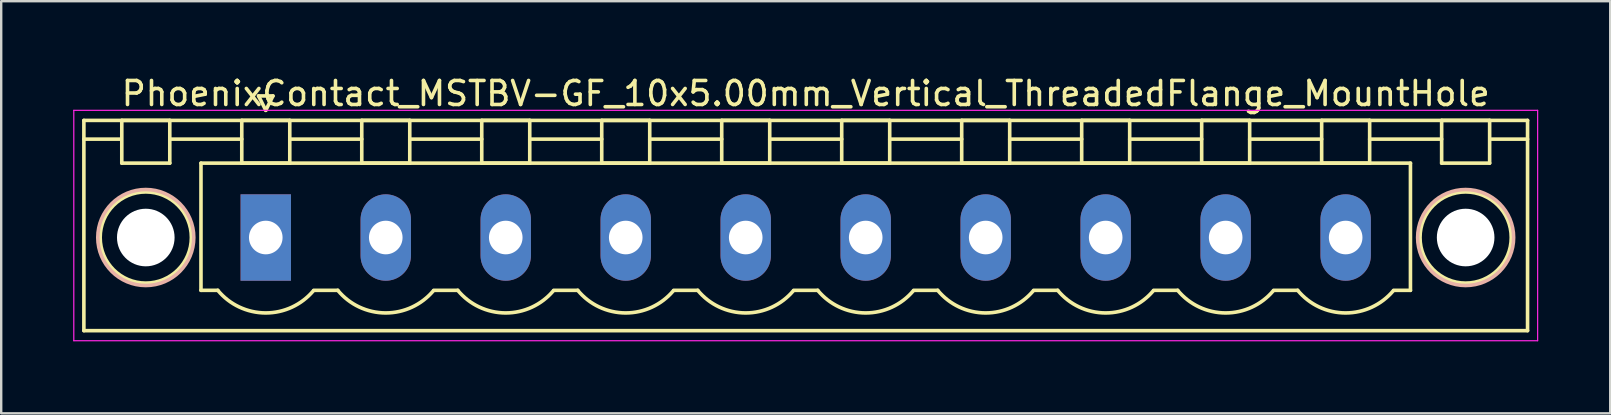
<source format=kicad_pcb>
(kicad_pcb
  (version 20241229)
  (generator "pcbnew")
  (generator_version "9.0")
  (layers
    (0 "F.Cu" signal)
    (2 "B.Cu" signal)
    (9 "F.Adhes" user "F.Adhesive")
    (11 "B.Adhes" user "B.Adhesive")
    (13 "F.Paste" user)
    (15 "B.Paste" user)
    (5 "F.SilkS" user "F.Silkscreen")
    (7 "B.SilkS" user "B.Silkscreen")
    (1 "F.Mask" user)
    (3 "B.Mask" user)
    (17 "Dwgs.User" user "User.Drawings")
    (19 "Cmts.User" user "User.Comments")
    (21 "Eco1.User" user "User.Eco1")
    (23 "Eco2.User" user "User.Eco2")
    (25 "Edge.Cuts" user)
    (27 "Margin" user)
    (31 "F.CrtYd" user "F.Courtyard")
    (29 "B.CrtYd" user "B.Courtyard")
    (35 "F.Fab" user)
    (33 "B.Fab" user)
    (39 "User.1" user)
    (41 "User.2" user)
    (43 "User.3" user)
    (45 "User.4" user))
  (footprint "PhoenixContact_MSTBV-GF_10x5.00mm_Vertical_ThreadedFlange_MountHole"
    (layer "F.Cu")
    (at 8.025 6.848)
    (property "Reference" "PhoenixContact_MSTBV-GF_10x5.00mm_Vertical_ThreadedFlange_MountHole" (at 22.5 -6 0) (layer "F.SilkS") (effects (font (size 1 1) (thickness 0.15))))
    (attr through_hole)
    (fp_line (start -7.58 -4.88) (end -7.58 3.88) (stroke (width 0.15) (type solid)) (layer "F.SilkS"))
    (fp_line (start -7.58 -4.1) (end -6.08 -4.1) (stroke (width 0.15) (type solid)) (layer "F.SilkS"))
    (fp_line (start -7.58 3.88) (end 52.58 3.88) (stroke (width 0.15) (type solid)) (layer "F.SilkS"))
    (fp_line (start -6 -4.88) (end -4 -4.88) (stroke (width 0.15) (type solid)) (layer "F.SilkS"))
    (fp_line (start -6 -3.1) (end -6 -4.88) (stroke (width 0.15) (type solid)) (layer "F.SilkS"))
    (fp_line (start -4 -4.88) (end -4 -3.1) (stroke (width 0.15) (type solid)) (layer "F.SilkS"))
    (fp_line (start -4 -4.1) (end -1 -4.1) (stroke (width 0.15) (type solid)) (layer "F.SilkS"))
    (fp_line (start -4 -3.1) (end -6 -3.1) (stroke (width 0.15) (type solid)) (layer "F.SilkS"))
    (fp_line (start -2.7 -3.1) (end 47.7 -3.1) (stroke (width 0.15) (type solid)) (layer "F.SilkS"))
    (fp_line (start -2.7 2.2) (end -2.7 -3.1) (stroke (width 0.15) (type solid)) (layer "F.SilkS"))
    (fp_line (start -2 2.2) (end -2.7 2.2) (stroke (width 0.15) (type solid)) (layer "F.SilkS"))
    (fp_line (start -1 -4.88) (end 1 -4.88) (stroke (width 0.15) (type solid)) (layer "F.SilkS"))
    (fp_line (start -1 -3.1) (end -1 -4.88) (stroke (width 0.15) (type solid)) (layer "F.SilkS"))
    (fp_line (start -0.3 -5.9) (end 0 -5.3) (stroke (width 0.15) (type solid)) (layer "F.SilkS"))
    (fp_line (start 0 -5.3) (end 0.3 -5.9) (stroke (width 0.15) (type solid)) (layer "F.SilkS"))
    (fp_line (start 0.3 -5.9) (end -0.3 -5.9) (stroke (width 0.15) (type solid)) (layer "F.SilkS"))
    (fp_line (start 1 -4.88) (end 1 -3.1) (stroke (width 0.15) (type solid)) (layer "F.SilkS"))
    (fp_line (start 1 -4.1) (end 4 -4.1) (stroke (width 0.15) (type solid)) (layer "F.SilkS"))
    (fp_line (start 1 -3.1) (end -1 -3.1) (stroke (width 0.15) (type solid)) (layer "F.SilkS"))
    (fp_line (start 2 2.2) (end 3 2.2) (stroke (width 0.15) (type solid)) (layer "F.SilkS"))
    (fp_line (start 4 -4.88) (end 6 -4.88) (stroke (width 0.15) (type solid)) (layer "F.SilkS"))
    (fp_line (start 4 -3.1) (end 4 -4.88) (stroke (width 0.15) (type solid)) (layer "F.SilkS"))
    (fp_line (start 6 -4.88) (end 6 -3.1) (stroke (width 0.15) (type solid)) (layer "F.SilkS"))
    (fp_line (start 6 -4.1) (end 9 -4.1) (stroke (width 0.15) (type solid)) (layer "F.SilkS"))
    (fp_line (start 6 -3.1) (end 4 -3.1) (stroke (width 0.15) (type solid)) (layer "F.SilkS"))
    (fp_line (start 7 2.2) (end 8 2.2) (stroke (width 0.15) (type solid)) (layer "F.SilkS"))
    (fp_line (start 9 -4.88) (end 11 -4.88) (stroke (width 0.15) (type solid)) (layer "F.SilkS"))
    (fp_line (start 9 -3.1) (end 9 -4.88) (stroke (width 0.15) (type solid)) (layer "F.SilkS"))
    (fp_line (start 11 -4.88) (end 11 -3.1) (stroke (width 0.15) (type solid)) (layer "F.SilkS"))
    (fp_line (start 11 -4.1) (end 14 -4.1) (stroke (width 0.15) (type solid)) (layer "F.SilkS"))
    (fp_line (start 11 -3.1) (end 9 -3.1) (stroke (width 0.15) (type solid)) (layer "F.SilkS"))
    (fp_line (start 12 2.2) (end 13 2.2) (stroke (width 0.15) (type solid)) (layer "F.SilkS"))
    (fp_line (start 14 -4.88) (end 16 -4.88) (stroke (width 0.15) (type solid)) (layer "F.SilkS"))
    (fp_line (start 14 -3.1) (end 14 -4.88) (stroke (width 0.15) (type solid)) (layer "F.SilkS"))
    (fp_line (start 16 -4.88) (end 16 -3.1) (stroke (width 0.15) (type solid)) (layer "F.SilkS"))
    (fp_line (start 16 -4.1) (end 19 -4.1) (stroke (width 0.15) (type solid)) (layer "F.SilkS"))
    (fp_line (start 16 -3.1) (end 14 -3.1) (stroke (width 0.15) (type solid)) (layer "F.SilkS"))
    (fp_line (start 17 2.2) (end 18 2.2) (stroke (width 0.15) (type solid)) (layer "F.SilkS"))
    (fp_line (start 19 -4.88) (end 21 -4.88) (stroke (width 0.15) (type solid)) (layer "F.SilkS"))
    (fp_line (start 19 -3.1) (end 19 -4.88) (stroke (width 0.15) (type solid)) (layer "F.SilkS"))
    (fp_line (start 21 -4.88) (end 21 -3.1) (stroke (width 0.15) (type solid)) (layer "F.SilkS"))
    (fp_line (start 21 -4.1) (end 24 -4.1) (stroke (width 0.15) (type solid)) (layer "F.SilkS"))
    (fp_line (start 21 -3.1) (end 19 -3.1) (stroke (width 0.15) (type solid)) (layer "F.SilkS"))
    (fp_line (start 22 2.2) (end 23 2.2) (stroke (width 0.15) (type solid)) (layer "F.SilkS"))
    (fp_line (start 24 -4.88) (end 26 -4.88) (stroke (width 0.15) (type solid)) (layer "F.SilkS"))
    (fp_line (start 24 -3.1) (end 24 -4.88) (stroke (width 0.15) (type solid)) (layer "F.SilkS"))
    (fp_line (start 26 -4.88) (end 26 -3.1) (stroke (width 0.15) (type solid)) (layer "F.SilkS"))
    (fp_line (start 26 -4.1) (end 29 -4.1) (stroke (width 0.15) (type solid)) (layer "F.SilkS"))
    (fp_line (start 26 -3.1) (end 24 -3.1) (stroke (width 0.15) (type solid)) (layer "F.SilkS"))
    (fp_line (start 27 2.2) (end 28 2.2) (stroke (width 0.15) (type solid)) (layer "F.SilkS"))
    (fp_line (start 29 -4.88) (end 31 -4.88) (stroke (width 0.15) (type solid)) (layer "F.SilkS"))
    (fp_line (start 29 -3.1) (end 29 -4.88) (stroke (width 0.15) (type solid)) (layer "F.SilkS"))
    (fp_line (start 31 -4.88) (end 31 -3.1) (stroke (width 0.15) (type solid)) (layer "F.SilkS"))
    (fp_line (start 31 -4.1) (end 34 -4.1) (stroke (width 0.15) (type solid)) (layer "F.SilkS"))
    (fp_line (start 31 -3.1) (end 29 -3.1) (stroke (width 0.15) (type solid)) (layer "F.SilkS"))
    (fp_line (start 32 2.2) (end 33 2.2) (stroke (width 0.15) (type solid)) (layer "F.SilkS"))
    (fp_line (start 34 -4.88) (end 36 -4.88) (stroke (width 0.15) (type solid)) (layer "F.SilkS"))
    (fp_line (start 34 -3.1) (end 34 -4.88) (stroke (width 0.15) (type solid)) (layer "F.SilkS"))
    (fp_line (start 36 -4.88) (end 36 -3.1) (stroke (width 0.15) (type solid)) (layer "F.SilkS"))
    (fp_line (start 36 -4.1) (end 39 -4.1) (stroke (width 0.15) (type solid)) (layer "F.SilkS"))
    (fp_line (start 36 -3.1) (end 34 -3.1) (stroke (width 0.15) (type solid)) (layer "F.SilkS"))
    (fp_line (start 37 2.2) (end 38 2.2) (stroke (width 0.15) (type solid)) (layer "F.SilkS"))
    (fp_line (start 39 -4.88) (end 41 -4.88) (stroke (width 0.15) (type solid)) (layer "F.SilkS"))
    (fp_line (start 39 -3.1) (end 39 -4.88) (stroke (width 0.15) (type solid)) (layer "F.SilkS"))
    (fp_line (start 41 -4.88) (end 41 -3.1) (stroke (width 0.15) (type solid)) (layer "F.SilkS"))
    (fp_line (start 41 -4.1) (end 44 -4.1) (stroke (width 0.15) (type solid)) (layer "F.SilkS"))
    (fp_line (start 41 -3.1) (end 39 -3.1) (stroke (width 0.15) (type solid)) (layer "F.SilkS"))
    (fp_line (start 42 2.2) (end 43 2.2) (stroke (width 0.15) (type solid)) (layer "F.SilkS"))
    (fp_line (start 44 -4.88) (end 46 -4.88) (stroke (width 0.15) (type solid)) (layer "F.SilkS"))
    (fp_line (start 44 -3.1) (end 44 -4.88) (stroke (width 0.15) (type solid)) (layer "F.SilkS"))
    (fp_line (start 46 -4.88) (end 46 -3.1) (stroke (width 0.15) (type solid)) (layer "F.SilkS"))
    (fp_line (start 46 -4.1) (end 49 -4.1) (stroke (width 0.15) (type solid)) (layer "F.SilkS"))
    (fp_line (start 46 -3.1) (end 44 -3.1) (stroke (width 0.15) (type solid)) (layer "F.SilkS"))
    (fp_line (start 47.7 -3.1) (end 47.7 2.2) (stroke (width 0.15) (type solid)) (layer "F.SilkS"))
    (fp_line (start 47.7 2.2) (end 47 2.2) (stroke (width 0.15) (type solid)) (layer "F.SilkS"))
    (fp_line (start 49 -4.88) (end 51 -4.88) (stroke (width 0.15) (type solid)) (layer "F.SilkS"))
    (fp_line (start 49 -3.1) (end 49 -4.88) (stroke (width 0.15) (type solid)) (layer "F.SilkS"))
    (fp_line (start 51 -4.88) (end 51 -3.1) (stroke (width 0.15) (type solid)) (layer "F.SilkS"))
    (fp_line (start 51 -3.1) (end 49 -3.1) (stroke (width 0.15) (type solid)) (layer "F.SilkS"))
    (fp_line (start 52.58 -4.88) (end -7.58 -4.88) (stroke (width 0.15) (type solid)) (layer "F.SilkS"))
    (fp_line (start 52.58 -4.1) (end 51.08 -4.1) (stroke (width 0.15) (type solid)) (layer "F.SilkS"))
    (fp_line (start 52.58 3.88) (end 52.58 -4.88) (stroke (width 0.15) (type solid)) (layer "F.SilkS"))
    (fp_arc (start 1.986842 2.215821) (mid -0.010289 3.142758) (end -2 2.2) (stroke (width 0.15) (type solid)) (layer "F.SilkS"))
    (fp_arc (start 6.986842 2.215821) (mid 4.989711 3.142758) (end 3 2.2) (stroke (width 0.15) (type solid)) (layer "F.SilkS"))
    (fp_arc (start 11.986842 2.215821) (mid 9.989711 3.142758) (end 8 2.2) (stroke (width 0.15) (type solid)) (layer "F.SilkS"))
    (fp_arc (start 16.986842 2.215821) (mid 14.989711 3.142758) (end 13 2.2) (stroke (width 0.15) (type solid)) (layer "F.SilkS"))
    (fp_arc (start 21.986842 2.215821) (mid 19.989711 3.142758) (end 18 2.2) (stroke (width 0.15) (type solid)) (layer "F.SilkS"))
    (fp_arc (start 26.986842 2.215821) (mid 24.989711 3.142758) (end 23 2.2) (stroke (width 0.15) (type solid)) (layer "F.SilkS"))
    (fp_arc (start 31.986842 2.215821) (mid 29.989711 3.142758) (end 28 2.2) (stroke (width 0.15) (type solid)) (layer "F.SilkS"))
    (fp_arc (start 36.986842 2.215821) (mid 34.989711 3.142758) (end 33 2.2) (stroke (width 0.15) (type solid)) (layer "F.SilkS"))
    (fp_arc (start 41.986842 2.215821) (mid 39.989711 3.142758) (end 38 2.2) (stroke (width 0.15) (type solid)) (layer "F.SilkS"))
    (fp_arc (start 46.986842 2.215821) (mid 44.989711 3.142758) (end 43 2.2) (stroke (width 0.15) (type solid)) (layer "F.SilkS"))
    (fp_circle (center -5 0) (end -3.1 0) (stroke (width 0.15) (type solid)) (fill no) (layer "F.SilkS"))
    (fp_circle (center 50 0) (end 51.9 0) (stroke (width 0.15) (type solid)) (fill no) (layer "F.SilkS"))
    (fp_circle (center -5 0) (end -3 0) (stroke (width 0.15) (type solid)) (fill no) (layer "B.SilkS"))
    (fp_circle (center 50 0) (end 52 0) (stroke (width 0.15) (type solid)) (fill no) (layer "B.SilkS"))
    (fp_line (start -8 -5.3) (end -8 4.3) (stroke (width 0.05) (type solid)) (layer "F.CrtYd"))
    (fp_line (start -8 4.3) (end 53 4.3) (stroke (width 0.05) (type solid)) (layer "F.CrtYd"))
    (fp_line (start 53 -5.3) (end -8 -5.3) (stroke (width 0.05) (type solid)) (layer "F.CrtYd"))
    (fp_line (start 53 4.3) (end 53 -5.3) (stroke (width 0.05) (type solid)) (layer "F.CrtYd"))
    (pad "" np_thru_hole circle (at -5 0) (size 2.4 2.4) (drill 2.4) (layers "*.Cu" "*.Mask"))
    (pad "" np_thru_hole circle (at 50 0) (size 2.4 2.4) (drill 2.4) (layers "*.Cu" "*.Mask"))
    (pad "1" thru_hole rect (at 0 0) (size 2.1 3.6) (drill 1.4) (layers "*.Cu" "*.Mask"))
    (pad "2" thru_hole oval (at 5 0) (size 2.1 3.6) (drill 1.4) (layers "*.Cu" "*.Mask"))
    (pad "3" thru_hole oval (at 10 0) (size 2.1 3.6) (drill 1.4) (layers "*.Cu" "*.Mask"))
    (pad "4" thru_hole oval (at 15 0) (size 2.1 3.6) (drill 1.4) (layers "*.Cu" "*.Mask"))
    (pad "5" thru_hole oval (at 20 0) (size 2.1 3.6) (drill 1.4) (layers "*.Cu" "*.Mask"))
    (pad "6" thru_hole oval (at 25 0) (size 2.1 3.6) (drill 1.4) (layers "*.Cu" "*.Mask"))
    (pad "7" thru_hole oval (at 30 0) (size 2.1 3.6) (drill 1.4) (layers "*.Cu" "*.Mask"))
    (pad "8" thru_hole oval (at 35 0) (size 2.1 3.6) (drill 1.4) (layers "*.Cu" "*.Mask"))
    (pad "9" thru_hole oval (at 40 0) (size 2.1 3.6) (drill 1.4) (layers "*.Cu" "*.Mask"))
    (pad "10" thru_hole oval (at 45 0) (size 2.1 3.6) (drill 1.4) (layers "*.Cu" "*.Mask")))
  (gr_rect
    (start -3 -3)
    (end 64.05 14.173)
    (stroke (width 0.1) (type default))
    (fill no)
    (layer "Edge.Cuts")))
</source>
